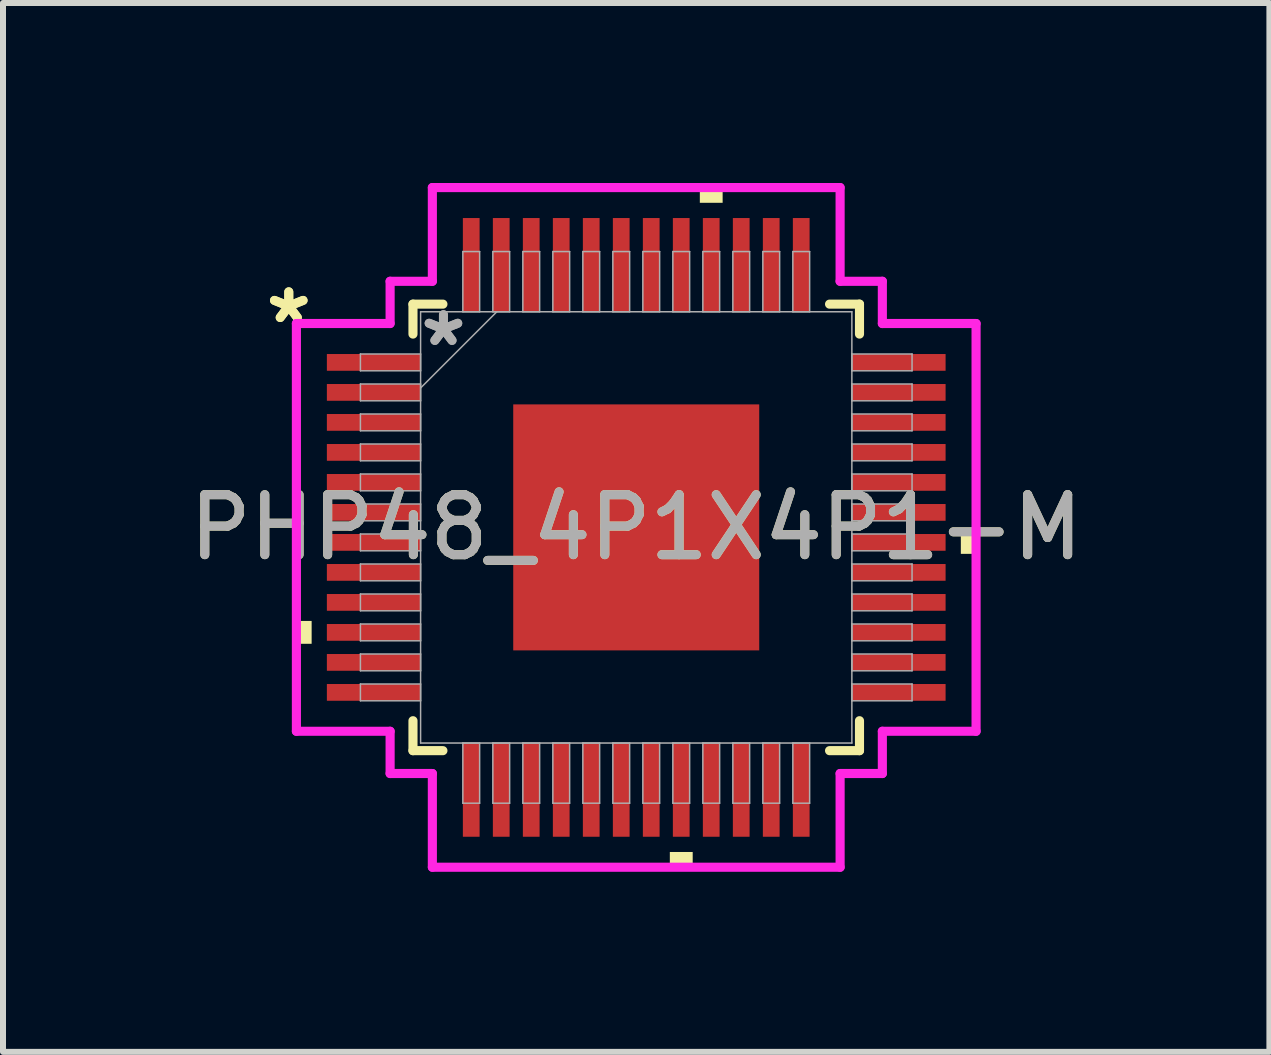
<source format=kicad_pcb>
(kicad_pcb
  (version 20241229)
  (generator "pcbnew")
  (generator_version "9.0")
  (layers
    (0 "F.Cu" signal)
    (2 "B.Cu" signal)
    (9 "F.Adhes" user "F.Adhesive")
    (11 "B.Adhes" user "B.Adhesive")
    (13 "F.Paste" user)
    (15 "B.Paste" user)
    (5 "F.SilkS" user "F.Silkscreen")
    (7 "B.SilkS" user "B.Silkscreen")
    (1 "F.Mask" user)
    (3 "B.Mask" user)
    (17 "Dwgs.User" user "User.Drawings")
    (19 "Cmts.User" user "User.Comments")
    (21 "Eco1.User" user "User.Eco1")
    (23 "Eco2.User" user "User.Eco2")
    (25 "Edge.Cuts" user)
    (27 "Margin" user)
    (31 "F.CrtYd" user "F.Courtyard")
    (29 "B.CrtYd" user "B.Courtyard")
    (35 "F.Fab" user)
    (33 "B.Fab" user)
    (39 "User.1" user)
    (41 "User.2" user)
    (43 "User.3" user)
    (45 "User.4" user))
  (footprint "PHP48_4P1X4P1-M"
    (layer "F.Cu")
    (at 7.554 5.74)
    (property "Reference" "PHP48_4P1X4P1-M" (at 0 0 0) (unlocked yes) (layer "F.SilkS") (effects (font (size 1 1) (thickness 0.15))))
    (attr smd)
    (fp_poly (pts (xy -2.114 -2.114) (xy -1.775 -2.114) (xy -1.775 2.114) (xy -2.114 2.114)) (stroke (width 0) (type solid)) (fill yes) (layer "F.Mask"))
    (fp_poly (pts (xy -2.114 -2.114) (xy 2.114 -2.114) (xy 2.114 -1.775) (xy -2.114 -1.775)) (stroke (width 0) (type solid)) (fill yes) (layer "F.Mask"))
    (fp_poly (pts (xy -2.114 -1.375) (xy 2.114 -1.375) (xy 2.114 -0.987) (xy -2.114 -0.987)) (stroke (width 0) (type solid)) (fill yes) (layer "F.Mask"))
    (fp_poly (pts (xy -2.114 -0.587) (xy 2.114 -0.587) (xy 2.114 -0.2) (xy -2.114 -0.2)) (stroke (width 0) (type solid)) (fill yes) (layer "F.Mask"))
    (fp_poly (pts (xy -2.114 0.2) (xy 2.114 0.2) (xy 2.114 0.587) (xy -2.114 0.587)) (stroke (width 0) (type solid)) (fill yes) (layer "F.Mask"))
    (fp_poly (pts (xy -2.114 0.987) (xy 2.114 0.987) (xy 2.114 1.375) (xy -2.114 1.375)) (stroke (width 0) (type solid)) (fill yes) (layer "F.Mask"))
    (fp_poly (pts (xy -2.114 1.775) (xy 2.114 1.775) (xy 2.114 2.114) (xy -2.114 2.114)) (stroke (width 0) (type solid)) (fill yes) (layer "F.Mask"))
    (fp_poly (pts (xy -0.987 -2.114) (xy -1.375 -2.114) (xy -1.375 2.114) (xy -0.987 2.114)) (stroke (width 0) (type solid)) (fill yes) (layer "F.Mask"))
    (fp_poly (pts (xy -0.2 -2.114) (xy -0.587 -2.114) (xy -0.587 2.114) (xy -0.2 2.114)) (stroke (width 0) (type solid)) (fill yes) (layer "F.Mask"))
    (fp_poly (pts (xy 0.587 -2.114) (xy 0.2 -2.114) (xy 0.2 2.114) (xy 0.587 2.114)) (stroke (width 0) (type solid)) (fill yes) (layer "F.Mask"))
    (fp_poly (pts (xy 1.375 -2.114) (xy 0.987 -2.114) (xy 0.987 2.114) (xy 1.375 2.114)) (stroke (width 0) (type solid)) (fill yes) (layer "F.Mask"))
    (fp_poly (pts (xy 1.775 -2.114) (xy 2.114 -2.114) (xy 2.114 2.114) (xy 1.775 2.114)) (stroke (width 0) (type solid)) (fill yes) (layer "F.Mask"))
    (fp_line (start -3.721 -3.721) (end -3.721 -3.222) (stroke (width 0.152) (type solid)) (layer "F.SilkS"))
    (fp_line (start -3.721 3.222) (end -3.721 3.721) (stroke (width 0.152) (type solid)) (layer "F.SilkS"))
    (fp_line (start -3.721 3.721) (end -3.222 3.721) (stroke (width 0.152) (type solid)) (layer "F.SilkS"))
    (fp_line (start -3.222 -3.721) (end -3.721 -3.721) (stroke (width 0.152) (type solid)) (layer "F.SilkS"))
    (fp_line (start 3.222 3.721) (end 3.721 3.721) (stroke (width 0.152) (type solid)) (layer "F.SilkS"))
    (fp_line (start 3.721 -3.721) (end 3.222 -3.721) (stroke (width 0.152) (type solid)) (layer "F.SilkS"))
    (fp_line (start 3.721 -3.222) (end 3.721 -3.721) (stroke (width 0.152) (type solid)) (layer "F.SilkS"))
    (fp_line (start 3.721 3.721) (end 3.721 3.222) (stroke (width 0.152) (type solid)) (layer "F.SilkS"))
    (fp_poly (pts (xy -5.664 1.559) (xy -5.664 1.94) (xy -5.41 1.94) (xy -5.41 1.559)) (stroke (width 0) (type solid)) (fill yes) (layer "F.SilkS"))
    (fp_poly (pts (xy 0.56 5.41) (xy 0.56 5.664) (xy 0.941 5.664) (xy 0.941 5.41)) (stroke (width 0) (type solid)) (fill yes) (layer "F.SilkS"))
    (fp_poly (pts (xy 1.06 -5.41) (xy 1.06 -5.664) (xy 1.44 -5.664) (xy 1.44 -5.41)) (stroke (width 0) (type solid)) (fill yes) (layer "F.SilkS"))
    (fp_poly (pts (xy 5.664 0.059) (xy 5.664 0.441) (xy 5.41 0.441) (xy 5.41 0.059)) (stroke (width 0) (type solid)) (fill yes) (layer "F.SilkS"))
    (fp_poly (pts (xy -1.975 -1.975) (xy -1.975 -1.675) (xy -1.816 -1.675) (xy -1.675 -1.816) (xy -1.675 -1.975)) (stroke (width 0) (type solid)) (fill yes) (layer "F.Paste"))
    (fp_poly (pts (xy -1.975 1.675) (xy -1.975 1.975) (xy -1.675 1.975) (xy -1.675 1.816) (xy -1.816 1.675)) (stroke (width 0) (type solid)) (fill yes) (layer "F.Paste"))
    (fp_poly (pts (xy 1.675 -1.975) (xy 1.675 -1.816) (xy 1.816 -1.675) (xy 1.975 -1.675) (xy 1.975 -1.975)) (stroke (width 0) (type solid)) (fill yes) (layer "F.Paste"))
    (fp_poly (pts (xy 1.816 1.675) (xy 1.675 1.816) (xy 1.675 1.975) (xy 1.975 1.975) (xy 1.975 1.675)) (stroke (width 0) (type solid)) (fill yes) (layer "F.Paste"))
    (fp_poly (pts (xy -1.975 -1.475) (xy -1.975 -0.887) (xy -1.816 -0.887) (xy -1.675 -1.029) (xy -1.675 -1.333) (xy -1.816 -1.475)) (stroke (width 0) (type solid)) (fill yes) (layer "F.Paste"))
    (fp_poly (pts (xy -1.975 -0.687) (xy -1.975 -0.1) (xy -1.816 -0.1) (xy -1.675 -0.241) (xy -1.675 -0.546) (xy -1.816 -0.687)) (stroke (width 0) (type solid)) (fill yes) (layer "F.Paste"))
    (fp_poly (pts (xy -1.975 0.1) (xy -1.975 0.687) (xy -1.816 0.687) (xy -1.675 0.546) (xy -1.675 0.241) (xy -1.816 0.1)) (stroke (width 0) (type solid)) (fill yes) (layer "F.Paste"))
    (fp_poly (pts (xy -1.975 0.887) (xy -1.975 1.475) (xy -1.816 1.475) (xy -1.675 1.333) (xy -1.675 1.029) (xy -1.816 0.887)) (stroke (width 0) (type solid)) (fill yes) (layer "F.Paste"))
    (fp_poly (pts (xy -1.475 -1.975) (xy -1.475 -1.816) (xy -1.333 -1.675) (xy -1.029 -1.675) (xy -0.887 -1.816) (xy -0.887 -1.975)) (stroke (width 0) (type solid)) (fill yes) (layer "F.Paste"))
    (fp_poly (pts (xy -1.333 1.675) (xy -1.475 1.816) (xy -1.475 1.975) (xy -0.887 1.975) (xy -0.887 1.816) (xy -1.029 1.675)) (stroke (width 0) (type solid)) (fill yes) (layer "F.Paste"))
    (fp_poly (pts (xy -0.687 -1.975) (xy -0.687 -1.816) (xy -0.546 -1.675) (xy -0.241 -1.675) (xy -0.1 -1.816) (xy -0.1 -1.975)) (stroke (width 0) (type solid)) (fill yes) (layer "F.Paste"))
    (fp_poly (pts (xy -0.546 1.675) (xy -0.687 1.816) (xy -0.687 1.975) (xy -0.1 1.975) (xy -0.1 1.816) (xy -0.241 1.675)) (stroke (width 0) (type solid)) (fill yes) (layer "F.Paste"))
    (fp_poly (pts (xy 0.1 -1.975) (xy 0.1 -1.816) (xy 0.241 -1.675) (xy 0.546 -1.675) (xy 0.687 -1.816) (xy 0.687 -1.975)) (stroke (width 0) (type solid)) (fill yes) (layer "F.Paste"))
    (fp_poly (pts (xy 0.241 1.675) (xy 0.1 1.816) (xy 0.1 1.975) (xy 0.687 1.975) (xy 0.687 1.816) (xy 0.546 1.675)) (stroke (width 0) (type solid)) (fill yes) (layer "F.Paste"))
    (fp_poly (pts (xy 0.887 -1.975) (xy 0.887 -1.816) (xy 1.029 -1.675) (xy 1.333 -1.675) (xy 1.475 -1.816) (xy 1.475 -1.975)) (stroke (width 0) (type solid)) (fill yes) (layer "F.Paste"))
    (fp_poly (pts (xy 1.029 1.675) (xy 0.887 1.816) (xy 0.887 1.975) (xy 1.475 1.975) (xy 1.475 1.816) (xy 1.333 1.675)) (stroke (width 0) (type solid)) (fill yes) (layer "F.Paste"))
    (fp_poly (pts (xy 1.816 -1.475) (xy 1.675 -1.333) (xy 1.675 -1.029) (xy 1.816 -0.887) (xy 1.975 -0.887) (xy 1.975 -1.475)) (stroke (width 0) (type solid)) (fill yes) (layer "F.Paste"))
    (fp_poly (pts (xy 1.816 -0.687) (xy 1.675 -0.546) (xy 1.675 -0.241) (xy 1.816 -0.1) (xy 1.975 -0.1) (xy 1.975 -0.687)) (stroke (width 0) (type solid)) (fill yes) (layer "F.Paste"))
    (fp_poly (pts (xy 1.816 0.1) (xy 1.675 0.241) (xy 1.675 0.546) (xy 1.816 0.687) (xy 1.975 0.687) (xy 1.975 0.1)) (stroke (width 0) (type solid)) (fill yes) (layer "F.Paste"))
    (fp_poly (pts (xy 1.816 0.887) (xy 1.675 1.029) (xy 1.675 1.333) (xy 1.816 1.475) (xy 1.975 1.475) (xy 1.975 0.887)) (stroke (width 0) (type solid)) (fill yes) (layer "F.Paste"))
    (fp_poly (pts (xy -1.333 -1.475) (xy -1.475 -1.333) (xy -1.475 -1.029) (xy -1.333 -0.887) (xy -1.029 -0.887) (xy -0.887 -1.029) (xy -0.887 -1.333) (xy -1.029 -1.475)) (stroke (width 0) (type solid)) (fill yes) (layer "F.Paste"))
    (fp_poly (pts (xy -1.333 -0.687) (xy -1.475 -0.546) (xy -1.475 -0.241) (xy -1.333 -0.1) (xy -1.029 -0.1) (xy -0.887 -0.241) (xy -0.887 -0.546) (xy -1.029 -0.687)) (stroke (width 0) (type solid)) (fill yes) (layer "F.Paste"))
    (fp_poly (pts (xy -1.333 0.1) (xy -1.475 0.241) (xy -1.475 0.546) (xy -1.333 0.687) (xy -1.029 0.687) (xy -0.887 0.546) (xy -0.887 0.241) (xy -1.029 0.1)) (stroke (width 0) (type solid)) (fill yes) (layer "F.Paste"))
    (fp_poly (pts (xy -1.333 0.887) (xy -1.475 1.029) (xy -1.475 1.333) (xy -1.333 1.475) (xy -1.029 1.475) (xy -0.887 1.333) (xy -0.887 1.029) (xy -1.029 0.887)) (stroke (width 0) (type solid)) (fill yes) (layer "F.Paste"))
    (fp_poly (pts (xy -0.546 -1.475) (xy -0.687 -1.333) (xy -0.687 -1.029) (xy -0.546 -0.887) (xy -0.241 -0.887) (xy -0.1 -1.029) (xy -0.1 -1.333) (xy -0.241 -1.475)) (stroke (width 0) (type solid)) (fill yes) (layer "F.Paste"))
    (fp_poly (pts (xy -0.546 -0.687) (xy -0.687 -0.546) (xy -0.687 -0.241) (xy -0.546 -0.1) (xy -0.241 -0.1) (xy -0.1 -0.241) (xy -0.1 -0.546) (xy -0.241 -0.687)) (stroke (width 0) (type solid)) (fill yes) (layer "F.Paste"))
    (fp_poly (pts (xy -0.546 0.1) (xy -0.687 0.241) (xy -0.687 0.546) (xy -0.546 0.687) (xy -0.241 0.687) (xy -0.1 0.546) (xy -0.1 0.241) (xy -0.241 0.1)) (stroke (width 0) (type solid)) (fill yes) (layer "F.Paste"))
    (fp_poly (pts (xy -0.546 0.887) (xy -0.687 1.029) (xy -0.687 1.333) (xy -0.546 1.475) (xy -0.241 1.475) (xy -0.1 1.333) (xy -0.1 1.029) (xy -0.241 0.887)) (stroke (width 0) (type solid)) (fill yes) (layer "F.Paste"))
    (fp_poly (pts (xy 0.241 -1.475) (xy 0.1 -1.333) (xy 0.1 -1.029) (xy 0.241 -0.887) (xy 0.546 -0.887) (xy 0.687 -1.029) (xy 0.687 -1.333) (xy 0.546 -1.475)) (stroke (width 0) (type solid)) (fill yes) (layer "F.Paste"))
    (fp_poly (pts (xy 0.241 -0.687) (xy 0.1 -0.546) (xy 0.1 -0.241) (xy 0.241 -0.1) (xy 0.546 -0.1) (xy 0.687 -0.241) (xy 0.687 -0.546) (xy 0.546 -0.687)) (stroke (width 0) (type solid)) (fill yes) (layer "F.Paste"))
    (fp_poly (pts (xy 0.241 0.1) (xy 0.1 0.241) (xy 0.1 0.546) (xy 0.241 0.687) (xy 0.546 0.687) (xy 0.687 0.546) (xy 0.687 0.241) (xy 0.546 0.1)) (stroke (width 0) (type solid)) (fill yes) (layer "F.Paste"))
    (fp_poly (pts (xy 0.241 0.887) (xy 0.1 1.029) (xy 0.1 1.333) (xy 0.241 1.475) (xy 0.546 1.475) (xy 0.687 1.333) (xy 0.687 1.029) (xy 0.546 0.887)) (stroke (width 0) (type solid)) (fill yes) (layer "F.Paste"))
    (fp_poly (pts (xy 1.029 -1.475) (xy 0.887 -1.333) (xy 0.887 -1.029) (xy 1.029 -0.887) (xy 1.333 -0.887) (xy 1.475 -1.029) (xy 1.475 -1.333) (xy 1.333 -1.475)) (stroke (width 0) (type solid)) (fill yes) (layer "F.Paste"))
    (fp_poly (pts (xy 1.029 -0.687) (xy 0.887 -0.546) (xy 0.887 -0.241) (xy 1.029 -0.1) (xy 1.333 -0.1) (xy 1.475 -0.241) (xy 1.475 -0.546) (xy 1.333 -0.687)) (stroke (width 0) (type solid)) (fill yes) (layer "F.Paste"))
    (fp_poly (pts (xy 1.029 0.1) (xy 0.887 0.241) (xy 0.887 0.546) (xy 1.029 0.687) (xy 1.333 0.687) (xy 1.475 0.546) (xy 1.475 0.241) (xy 1.333 0.1)) (stroke (width 0) (type solid)) (fill yes) (layer "F.Paste"))
    (fp_poly (pts (xy 1.029 0.887) (xy 0.887 1.029) (xy 0.887 1.333) (xy 1.029 1.475) (xy 1.333 1.475) (xy 1.475 1.333) (xy 1.475 1.029) (xy 1.333 0.887)) (stroke (width 0) (type solid)) (fill yes) (layer "F.Paste"))
    (fp_line (start -5.664 -3.398) (end -4.102 -3.398) (stroke (width 0.152) (type solid)) (layer "F.CrtYd"))
    (fp_line (start -5.664 3.398) (end -5.664 -3.398) (stroke (width 0.152) (type solid)) (layer "F.CrtYd"))
    (fp_line (start -4.102 -4.102) (end -3.398 -4.102) (stroke (width 0.152) (type solid)) (layer "F.CrtYd"))
    (fp_line (start -4.102 -3.398) (end -4.102 -4.102) (stroke (width 0.152) (type solid)) (layer "F.CrtYd"))
    (fp_line (start -4.102 3.398) (end -5.664 3.398) (stroke (width 0.152) (type solid)) (layer "F.CrtYd"))
    (fp_line (start -4.102 4.102) (end -4.102 3.398) (stroke (width 0.152) (type solid)) (layer "F.CrtYd"))
    (fp_line (start -4.102 4.102) (end -3.398 4.102) (stroke (width 0.152) (type solid)) (layer "F.CrtYd"))
    (fp_line (start -3.398 -5.664) (end 3.398 -5.664) (stroke (width 0.152) (type solid)) (layer "F.CrtYd"))
    (fp_line (start -3.398 -4.102) (end -3.398 -5.664) (stroke (width 0.152) (type solid)) (layer "F.CrtYd"))
    (fp_line (start -3.398 4.102) (end -3.398 5.664) (stroke (width 0.152) (type solid)) (layer "F.CrtYd"))
    (fp_line (start -3.398 5.664) (end 3.398 5.664) (stroke (width 0.152) (type solid)) (layer "F.CrtYd"))
    (fp_line (start 3.398 -5.664) (end 3.398 -4.102) (stroke (width 0.152) (type solid)) (layer "F.CrtYd"))
    (fp_line (start 3.398 -4.102) (end 4.102 -4.102) (stroke (width 0.152) (type solid)) (layer "F.CrtYd"))
    (fp_line (start 3.398 4.102) (end 4.102 4.102) (stroke (width 0.152) (type solid)) (layer "F.CrtYd"))
    (fp_line (start 3.398 5.664) (end 3.398 4.102) (stroke (width 0.152) (type solid)) (layer "F.CrtYd"))
    (fp_line (start 4.102 -3.398) (end 4.102 -4.102) (stroke (width 0.152) (type solid)) (layer "F.CrtYd"))
    (fp_line (start 4.102 3.398) (end 5.664 3.398) (stroke (width 0.152) (type solid)) (layer "F.CrtYd"))
    (fp_line (start 4.102 4.102) (end 4.102 3.398) (stroke (width 0.152) (type solid)) (layer "F.CrtYd"))
    (fp_line (start 5.664 -3.398) (end 4.102 -3.398) (stroke (width 0.152) (type solid)) (layer "F.CrtYd"))
    (fp_line (start 5.664 3.398) (end 5.664 -3.398) (stroke (width 0.152) (type solid)) (layer "F.CrtYd"))
    (fp_line (start -4.597 -2.89) (end -4.597 -2.61) (stroke (width 0.025) (type solid)) (layer "F.Fab"))
    (fp_line (start -4.597 -2.61) (end -3.594 -2.61) (stroke (width 0.025) (type solid)) (layer "F.Fab"))
    (fp_line (start -4.597 -2.39) (end -4.597 -2.11) (stroke (width 0.025) (type solid)) (layer "F.Fab"))
    (fp_line (start -4.597 -2.11) (end -3.594 -2.11) (stroke (width 0.025) (type solid)) (layer "F.Fab"))
    (fp_line (start -4.597 -1.89) (end -4.597 -1.61) (stroke (width 0.025) (type solid)) (layer "F.Fab"))
    (fp_line (start -4.597 -1.61) (end -3.594 -1.61) (stroke (width 0.025) (type solid)) (layer "F.Fab"))
    (fp_line (start -4.597 -1.39) (end -4.597 -1.11) (stroke (width 0.025) (type solid)) (layer "F.Fab"))
    (fp_line (start -4.597 -1.11) (end -3.594 -1.11) (stroke (width 0.025) (type solid)) (layer "F.Fab"))
    (fp_line (start -4.597 -0.89) (end -4.597 -0.61) (stroke (width 0.025) (type solid)) (layer "F.Fab"))
    (fp_line (start -4.597 -0.61) (end -3.594 -0.61) (stroke (width 0.025) (type solid)) (layer "F.Fab"))
    (fp_line (start -4.597 -0.39) (end -4.597 -0.11) (stroke (width 0.025) (type solid)) (layer "F.Fab"))
    (fp_line (start -4.597 -0.11) (end -3.594 -0.11) (stroke (width 0.025) (type solid)) (layer "F.Fab"))
    (fp_line (start -4.597 0.11) (end -4.597 0.39) (stroke (width 0.025) (type solid)) (layer "F.Fab"))
    (fp_line (start -4.597 0.39) (end -3.594 0.39) (stroke (width 0.025) (type solid)) (layer "F.Fab"))
    (fp_line (start -4.597 0.61) (end -4.597 0.89) (stroke (width 0.025) (type solid)) (layer "F.Fab"))
    (fp_line (start -4.597 0.89) (end -3.594 0.89) (stroke (width 0.025) (type solid)) (layer "F.Fab"))
    (fp_line (start -4.597 1.11) (end -4.597 1.39) (stroke (width 0.025) (type solid)) (layer "F.Fab"))
    (fp_line (start -4.597 1.39) (end -3.594 1.39) (stroke (width 0.025) (type solid)) (layer "F.Fab"))
    (fp_line (start -4.597 1.61) (end -4.597 1.89) (stroke (width 0.025) (type solid)) (layer "F.Fab"))
    (fp_line (start -4.597 1.89) (end -3.594 1.89) (stroke (width 0.025) (type solid)) (layer "F.Fab"))
    (fp_line (start -4.597 2.11) (end -4.597 2.39) (stroke (width 0.025) (type solid)) (layer "F.Fab"))
    (fp_line (start -4.597 2.39) (end -3.594 2.39) (stroke (width 0.025) (type solid)) (layer "F.Fab"))
    (fp_line (start -4.597 2.61) (end -4.597 2.89) (stroke (width 0.025) (type solid)) (layer "F.Fab"))
    (fp_line (start -4.597 2.89) (end -3.594 2.89) (stroke (width 0.025) (type solid)) (layer "F.Fab"))
    (fp_line (start -3.594 -3.594) (end -3.594 3.594) (stroke (width 0.025) (type solid)) (layer "F.Fab"))
    (fp_line (start -3.594 -2.89) (end -4.597 -2.89) (stroke (width 0.025) (type solid)) (layer "F.Fab"))
    (fp_line (start -3.594 -2.61) (end -3.594 -2.89) (stroke (width 0.025) (type solid)) (layer "F.Fab"))
    (fp_line (start -3.594 -2.39) (end -4.597 -2.39) (stroke (width 0.025) (type solid)) (layer "F.Fab"))
    (fp_line (start -3.594 -2.324) (end -2.324 -3.594) (stroke (width 0.025) (type solid)) (layer "F.Fab"))
    (fp_line (start -3.594 -2.11) (end -3.594 -2.39) (stroke (width 0.025) (type solid)) (layer "F.Fab"))
    (fp_line (start -3.594 -1.89) (end -4.597 -1.89) (stroke (width 0.025) (type solid)) (layer "F.Fab"))
    (fp_line (start -3.594 -1.61) (end -3.594 -1.89) (stroke (width 0.025) (type solid)) (layer "F.Fab"))
    (fp_line (start -3.594 -1.39) (end -4.597 -1.39) (stroke (width 0.025) (type solid)) (layer "F.Fab"))
    (fp_line (start -3.594 -1.11) (end -3.594 -1.39) (stroke (width 0.025) (type solid)) (layer "F.Fab"))
    (fp_line (start -3.594 -0.89) (end -4.597 -0.89) (stroke (width 0.025) (type solid)) (layer "F.Fab"))
    (fp_line (start -3.594 -0.61) (end -3.594 -0.89) (stroke (width 0.025) (type solid)) (layer "F.Fab"))
    (fp_line (start -3.594 -0.39) (end -4.597 -0.39) (stroke (width 0.025) (type solid)) (layer "F.Fab"))
    (fp_line (start -3.594 -0.11) (end -3.594 -0.39) (stroke (width 0.025) (type solid)) (layer "F.Fab"))
    (fp_line (start -3.594 0.11) (end -4.597 0.11) (stroke (width 0.025) (type solid)) (layer "F.Fab"))
    (fp_line (start -3.594 0.39) (end -3.594 0.11) (stroke (width 0.025) (type solid)) (layer "F.Fab"))
    (fp_line (start -3.594 0.61) (end -4.597 0.61) (stroke (width 0.025) (type solid)) (layer "F.Fab"))
    (fp_line (start -3.594 0.89) (end -3.594 0.61) (stroke (width 0.025) (type solid)) (layer "F.Fab"))
    (fp_line (start -3.594 1.11) (end -4.597 1.11) (stroke (width 0.025) (type solid)) (layer "F.Fab"))
    (fp_line (start -3.594 1.39) (end -3.594 1.11) (stroke (width 0.025) (type solid)) (layer "F.Fab"))
    (fp_line (start -3.594 1.61) (end -4.597 1.61) (stroke (width 0.025) (type solid)) (layer "F.Fab"))
    (fp_line (start -3.594 1.89) (end -3.594 1.61) (stroke (width 0.025) (type solid)) (layer "F.Fab"))
    (fp_line (start -3.594 2.11) (end -4.597 2.11) (stroke (width 0.025) (type solid)) (layer "F.Fab"))
    (fp_line (start -3.594 2.39) (end -3.594 2.11) (stroke (width 0.025) (type solid)) (layer "F.Fab"))
    (fp_line (start -3.594 2.61) (end -4.597 2.61) (stroke (width 0.025) (type solid)) (layer "F.Fab"))
    (fp_line (start -3.594 2.89) (end -3.594 2.61) (stroke (width 0.025) (type solid)) (layer "F.Fab"))
    (fp_line (start -3.594 3.594) (end 3.594 3.594) (stroke (width 0.025) (type solid)) (layer "F.Fab"))
    (fp_line (start -2.89 -4.597) (end -2.89 -3.594) (stroke (width 0.025) (type solid)) (layer "F.Fab"))
    (fp_line (start -2.89 -3.594) (end -2.61 -3.594) (stroke (width 0.025) (type solid)) (layer "F.Fab"))
    (fp_line (start -2.89 3.594) (end -2.89 4.597) (stroke (width 0.025) (type solid)) (layer "F.Fab"))
    (fp_line (start -2.89 4.597) (end -2.61 4.597) (stroke (width 0.025) (type solid)) (layer "F.Fab"))
    (fp_line (start -2.61 -4.597) (end -2.89 -4.597) (stroke (width 0.025) (type solid)) (layer "F.Fab"))
    (fp_line (start -2.61 -3.594) (end -2.61 -4.597) (stroke (width 0.025) (type solid)) (layer "F.Fab"))
    (fp_line (start -2.61 3.594) (end -2.89 3.594) (stroke (width 0.025) (type solid)) (layer "F.Fab"))
    (fp_line (start -2.61 4.597) (end -2.61 3.594) (stroke (width 0.025) (type solid)) (layer "F.Fab"))
    (fp_line (start -2.39 -4.597) (end -2.39 -3.594) (stroke (width 0.025) (type solid)) (layer "F.Fab"))
    (fp_line (start -2.39 -3.594) (end -2.11 -3.594) (stroke (width 0.025) (type solid)) (layer "F.Fab"))
    (fp_line (start -2.39 3.594) (end -2.39 4.597) (stroke (width 0.025) (type solid)) (layer "F.Fab"))
    (fp_line (start -2.39 4.597) (end -2.11 4.597) (stroke (width 0.025) (type solid)) (layer "F.Fab"))
    (fp_line (start -2.11 -4.597) (end -2.39 -4.597) (stroke (width 0.025) (type solid)) (layer "F.Fab"))
    (fp_line (start -2.11 -3.594) (end -2.11 -4.597) (stroke (width 0.025) (type solid)) (layer "F.Fab"))
    (fp_line (start -2.11 3.594) (end -2.39 3.594) (stroke (width 0.025) (type solid)) (layer "F.Fab"))
    (fp_line (start -2.11 4.597) (end -2.11 3.594) (stroke (width 0.025) (type solid)) (layer "F.Fab"))
    (fp_line (start -1.89 -4.597) (end -1.89 -3.594) (stroke (width 0.025) (type solid)) (layer "F.Fab"))
    (fp_line (start -1.89 -3.594) (end -1.61 -3.594) (stroke (width 0.025) (type solid)) (layer "F.Fab"))
    (fp_line (start -1.89 3.594) (end -1.89 4.597) (stroke (width 0.025) (type solid)) (layer "F.Fab"))
    (fp_line (start -1.89 4.597) (end -1.61 4.597) (stroke (width 0.025) (type solid)) (layer "F.Fab"))
    (fp_line (start -1.61 -4.597) (end -1.89 -4.597) (stroke (width 0.025) (type solid)) (layer "F.Fab"))
    (fp_line (start -1.61 -3.594) (end -1.61 -4.597) (stroke (width 0.025) (type solid)) (layer "F.Fab"))
    (fp_line (start -1.61 3.594) (end -1.89 3.594) (stroke (width 0.025) (type solid)) (layer "F.Fab"))
    (fp_line (start -1.61 4.597) (end -1.61 3.594) (stroke (width 0.025) (type solid)) (layer "F.Fab"))
    (fp_line (start -1.39 -4.597) (end -1.39 -3.594) (stroke (width 0.025) (type solid)) (layer "F.Fab"))
    (fp_line (start -1.39 -3.594) (end -1.11 -3.594) (stroke (width 0.025) (type solid)) (layer "F.Fab"))
    (fp_line (start -1.39 3.594) (end -1.39 4.597) (stroke (width 0.025) (type solid)) (layer "F.Fab"))
    (fp_line (start -1.39 4.597) (end -1.11 4.597) (stroke (width 0.025) (type solid)) (layer "F.Fab"))
    (fp_line (start -1.11 -4.597) (end -1.39 -4.597) (stroke (width 0.025) (type solid)) (layer "F.Fab"))
    (fp_line (start -1.11 -3.594) (end -1.11 -4.597) (stroke (width 0.025) (type solid)) (layer "F.Fab"))
    (fp_line (start -1.11 3.594) (end -1.39 3.594) (stroke (width 0.025) (type solid)) (layer "F.Fab"))
    (fp_line (start -1.11 4.597) (end -1.11 3.594) (stroke (width 0.025) (type solid)) (layer "F.Fab"))
    (fp_line (start -0.89 -4.597) (end -0.89 -3.594) (stroke (width 0.025) (type solid)) (layer "F.Fab"))
    (fp_line (start -0.89 -3.594) (end -0.61 -3.594) (stroke (width 0.025) (type solid)) (layer "F.Fab"))
    (fp_line (start -0.89 3.594) (end -0.89 4.597) (stroke (width 0.025) (type solid)) (layer "F.Fab"))
    (fp_line (start -0.89 4.597) (end -0.61 4.597) (stroke (width 0.025) (type solid)) (layer "F.Fab"))
    (fp_line (start -0.61 -4.597) (end -0.89 -4.597) (stroke (width 0.025) (type solid)) (layer "F.Fab"))
    (fp_line (start -0.61 -3.594) (end -0.61 -4.597) (stroke (width 0.025) (type solid)) (layer "F.Fab"))
    (fp_line (start -0.61 3.594) (end -0.89 3.594) (stroke (width 0.025) (type solid)) (layer "F.Fab"))
    (fp_line (start -0.61 4.597) (end -0.61 3.594) (stroke (width 0.025) (type solid)) (layer "F.Fab"))
    (fp_line (start -0.39 -4.597) (end -0.39 -3.594) (stroke (width 0.025) (type solid)) (layer "F.Fab"))
    (fp_line (start -0.39 -3.594) (end -0.11 -3.594) (stroke (width 0.025) (type solid)) (layer "F.Fab"))
    (fp_line (start -0.39 3.594) (end -0.39 4.597) (stroke (width 0.025) (type solid)) (layer "F.Fab"))
    (fp_line (start -0.39 4.597) (end -0.11 4.597) (stroke (width 0.025) (type solid)) (layer "F.Fab"))
    (fp_line (start -0.11 -4.597) (end -0.39 -4.597) (stroke (width 0.025) (type solid)) (layer "F.Fab"))
    (fp_line (start -0.11 -3.594) (end -0.11 -4.597) (stroke (width 0.025) (type solid)) (layer "F.Fab"))
    (fp_line (start -0.11 3.594) (end -0.39 3.594) (stroke (width 0.025) (type solid)) (layer "F.Fab"))
    (fp_line (start -0.11 4.597) (end -0.11 3.594) (stroke (width 0.025) (type solid)) (layer "F.Fab"))
    (fp_line (start 0.11 -4.597) (end 0.11 -3.594) (stroke (width 0.025) (type solid)) (layer "F.Fab"))
    (fp_line (start 0.11 -3.594) (end 0.39 -3.594) (stroke (width 0.025) (type solid)) (layer "F.Fab"))
    (fp_line (start 0.11 3.594) (end 0.11 4.597) (stroke (width 0.025) (type solid)) (layer "F.Fab"))
    (fp_line (start 0.11 4.597) (end 0.39 4.597) (stroke (width 0.025) (type solid)) (layer "F.Fab"))
    (fp_line (start 0.39 -4.597) (end 0.11 -4.597) (stroke (width 0.025) (type solid)) (layer "F.Fab"))
    (fp_line (start 0.39 -3.594) (end 0.39 -4.597) (stroke (width 0.025) (type solid)) (layer "F.Fab"))
    (fp_line (start 0.39 3.594) (end 0.11 3.594) (stroke (width 0.025) (type solid)) (layer "F.Fab"))
    (fp_line (start 0.39 4.597) (end 0.39 3.594) (stroke (width 0.025) (type solid)) (layer "F.Fab"))
    (fp_line (start 0.61 -4.597) (end 0.61 -3.594) (stroke (width 0.025) (type solid)) (layer "F.Fab"))
    (fp_line (start 0.61 -3.594) (end 0.89 -3.594) (stroke (width 0.025) (type solid)) (layer "F.Fab"))
    (fp_line (start 0.61 3.594) (end 0.61 4.597) (stroke (width 0.025) (type solid)) (layer "F.Fab"))
    (fp_line (start 0.61 4.597) (end 0.89 4.597) (stroke (width 0.025) (type solid)) (layer "F.Fab"))
    (fp_line (start 0.89 -4.597) (end 0.61 -4.597) (stroke (width 0.025) (type solid)) (layer "F.Fab"))
    (fp_line (start 0.89 -3.594) (end 0.89 -4.597) (stroke (width 0.025) (type solid)) (layer "F.Fab"))
    (fp_line (start 0.89 3.594) (end 0.61 3.594) (stroke (width 0.025) (type solid)) (layer "F.Fab"))
    (fp_line (start 0.89 4.597) (end 0.89 3.594) (stroke (width 0.025) (type solid)) (layer "F.Fab"))
    (fp_line (start 1.11 -4.597) (end 1.11 -3.594) (stroke (width 0.025) (type solid)) (layer "F.Fab"))
    (fp_line (start 1.11 -3.594) (end 1.39 -3.594) (stroke (width 0.025) (type solid)) (layer "F.Fab"))
    (fp_line (start 1.11 3.594) (end 1.11 4.597) (stroke (width 0.025) (type solid)) (layer "F.Fab"))
    (fp_line (start 1.11 4.597) (end 1.39 4.597) (stroke (width 0.025) (type solid)) (layer "F.Fab"))
    (fp_line (start 1.39 -4.597) (end 1.11 -4.597) (stroke (width 0.025) (type solid)) (layer "F.Fab"))
    (fp_line (start 1.39 -3.594) (end 1.39 -4.597) (stroke (width 0.025) (type solid)) (layer "F.Fab"))
    (fp_line (start 1.39 3.594) (end 1.11 3.594) (stroke (width 0.025) (type solid)) (layer "F.Fab"))
    (fp_line (start 1.39 4.597) (end 1.39 3.594) (stroke (width 0.025) (type solid)) (layer "F.Fab"))
    (fp_line (start 1.61 -4.597) (end 1.61 -3.594) (stroke (width 0.025) (type solid)) (layer "F.Fab"))
    (fp_line (start 1.61 -3.594) (end 1.89 -3.594) (stroke (width 0.025) (type solid)) (layer "F.Fab"))
    (fp_line (start 1.61 3.594) (end 1.61 4.597) (stroke (width 0.025) (type solid)) (layer "F.Fab"))
    (fp_line (start 1.61 4.597) (end 1.89 4.597) (stroke (width 0.025) (type solid)) (layer "F.Fab"))
    (fp_line (start 1.89 -4.597) (end 1.61 -4.597) (stroke (width 0.025) (type solid)) (layer "F.Fab"))
    (fp_line (start 1.89 -3.594) (end 1.89 -4.597) (stroke (width 0.025) (type solid)) (layer "F.Fab"))
    (fp_line (start 1.89 3.594) (end 1.61 3.594) (stroke (width 0.025) (type solid)) (layer "F.Fab"))
    (fp_line (start 1.89 4.597) (end 1.89 3.594) (stroke (width 0.025) (type solid)) (layer "F.Fab"))
    (fp_line (start 2.11 -4.597) (end 2.11 -3.594) (stroke (width 0.025) (type solid)) (layer "F.Fab"))
    (fp_line (start 2.11 -3.594) (end 2.39 -3.594) (stroke (width 0.025) (type solid)) (layer "F.Fab"))
    (fp_line (start 2.11 3.594) (end 2.11 4.597) (stroke (width 0.025) (type solid)) (layer "F.Fab"))
    (fp_line (start 2.11 4.597) (end 2.39 4.597) (stroke (width 0.025) (type solid)) (layer "F.Fab"))
    (fp_line (start 2.39 -4.597) (end 2.11 -4.597) (stroke (width 0.025) (type solid)) (layer "F.Fab"))
    (fp_line (start 2.39 -3.594) (end 2.39 -4.597) (stroke (width 0.025) (type solid)) (layer "F.Fab"))
    (fp_line (start 2.39 3.594) (end 2.11 3.594) (stroke (width 0.025) (type solid)) (layer "F.Fab"))
    (fp_line (start 2.39 4.597) (end 2.39 3.594) (stroke (width 0.025) (type solid)) (layer "F.Fab"))
    (fp_line (start 2.61 -4.597) (end 2.61 -3.594) (stroke (width 0.025) (type solid)) (layer "F.Fab"))
    (fp_line (start 2.61 -3.594) (end 2.89 -3.594) (stroke (width 0.025) (type solid)) (layer "F.Fab"))
    (fp_line (start 2.61 3.594) (end 2.61 4.597) (stroke (width 0.025) (type solid)) (layer "F.Fab"))
    (fp_line (start 2.61 4.597) (end 2.89 4.597) (stroke (width 0.025) (type solid)) (layer "F.Fab"))
    (fp_line (start 2.89 -4.597) (end 2.61 -4.597) (stroke (width 0.025) (type solid)) (layer "F.Fab"))
    (fp_line (start 2.89 -3.594) (end 2.89 -4.597) (stroke (width 0.025) (type solid)) (layer "F.Fab"))
    (fp_line (start 2.89 3.594) (end 2.61 3.594) (stroke (width 0.025) (type solid)) (layer "F.Fab"))
    (fp_line (start 2.89 4.597) (end 2.89 3.594) (stroke (width 0.025) (type solid)) (layer "F.Fab"))
    (fp_line (start 3.594 -3.594) (end -3.594 -3.594) (stroke (width 0.025) (type solid)) (layer "F.Fab"))
    (fp_line (start 3.594 -2.89) (end 3.594 -2.61) (stroke (width 0.025) (type solid)) (layer "F.Fab"))
    (fp_line (start 3.594 -2.61) (end 4.597 -2.61) (stroke (width 0.025) (type solid)) (layer "F.Fab"))
    (fp_line (start 3.594 -2.39) (end 3.594 -2.11) (stroke (width 0.025) (type solid)) (layer "F.Fab"))
    (fp_line (start 3.594 -2.11) (end 4.597 -2.11) (stroke (width 0.025) (type solid)) (layer "F.Fab"))
    (fp_line (start 3.594 -1.89) (end 3.594 -1.61) (stroke (width 0.025) (type solid)) (layer "F.Fab"))
    (fp_line (start 3.594 -1.61) (end 4.597 -1.61) (stroke (width 0.025) (type solid)) (layer "F.Fab"))
    (fp_line (start 3.594 -1.39) (end 3.594 -1.11) (stroke (width 0.025) (type solid)) (layer "F.Fab"))
    (fp_line (start 3.594 -1.11) (end 4.597 -1.11) (stroke (width 0.025) (type solid)) (layer "F.Fab"))
    (fp_line (start 3.594 -0.89) (end 3.594 -0.61) (stroke (width 0.025) (type solid)) (layer "F.Fab"))
    (fp_line (start 3.594 -0.61) (end 4.597 -0.61) (stroke (width 0.025) (type solid)) (layer "F.Fab"))
    (fp_line (start 3.594 -0.39) (end 3.594 -0.11) (stroke (width 0.025) (type solid)) (layer "F.Fab"))
    (fp_line (start 3.594 -0.11) (end 4.597 -0.11) (stroke (width 0.025) (type solid)) (layer "F.Fab"))
    (fp_line (start 3.594 0.11) (end 3.594 0.39) (stroke (width 0.025) (type solid)) (layer "F.Fab"))
    (fp_line (start 3.594 0.39) (end 4.597 0.39) (stroke (width 0.025) (type solid)) (layer "F.Fab"))
    (fp_line (start 3.594 0.61) (end 3.594 0.89) (stroke (width 0.025) (type solid)) (layer "F.Fab"))
    (fp_line (start 3.594 0.89) (end 4.597 0.89) (stroke (width 0.025) (type solid)) (layer "F.Fab"))
    (fp_line (start 3.594 1.11) (end 3.594 1.39) (stroke (width 0.025) (type solid)) (layer "F.Fab"))
    (fp_line (start 3.594 1.39) (end 4.597 1.39) (stroke (width 0.025) (type solid)) (layer "F.Fab"))
    (fp_line (start 3.594 1.61) (end 3.594 1.89) (stroke (width 0.025) (type solid)) (layer "F.Fab"))
    (fp_line (start 3.594 1.89) (end 4.597 1.89) (stroke (width 0.025) (type solid)) (layer "F.Fab"))
    (fp_line (start 3.594 2.11) (end 3.594 2.39) (stroke (width 0.025) (type solid)) (layer "F.Fab"))
    (fp_line (start 3.594 2.39) (end 4.597 2.39) (stroke (width 0.025) (type solid)) (layer "F.Fab"))
    (fp_line (start 3.594 2.61) (end 3.594 2.89) (stroke (width 0.025) (type solid)) (layer "F.Fab"))
    (fp_line (start 3.594 2.89) (end 4.597 2.89) (stroke (width 0.025) (type solid)) (layer "F.Fab"))
    (fp_line (start 3.594 3.594) (end 3.594 -3.594) (stroke (width 0.025) (type solid)) (layer "F.Fab"))
    (fp_line (start 4.597 -2.89) (end 3.594 -2.89) (stroke (width 0.025) (type solid)) (layer "F.Fab"))
    (fp_line (start 4.597 -2.61) (end 4.597 -2.89) (stroke (width 0.025) (type solid)) (layer "F.Fab"))
    (fp_line (start 4.597 -2.39) (end 3.594 -2.39) (stroke (width 0.025) (type solid)) (layer "F.Fab"))
    (fp_line (start 4.597 -2.11) (end 4.597 -2.39) (stroke (width 0.025) (type solid)) (layer "F.Fab"))
    (fp_line (start 4.597 -1.89) (end 3.594 -1.89) (stroke (width 0.025) (type solid)) (layer "F.Fab"))
    (fp_line (start 4.597 -1.61) (end 4.597 -1.89) (stroke (width 0.025) (type solid)) (layer "F.Fab"))
    (fp_line (start 4.597 -1.39) (end 3.594 -1.39) (stroke (width 0.025) (type solid)) (layer "F.Fab"))
    (fp_line (start 4.597 -1.11) (end 4.597 -1.39) (stroke (width 0.025) (type solid)) (layer "F.Fab"))
    (fp_line (start 4.597 -0.89) (end 3.594 -0.89) (stroke (width 0.025) (type solid)) (layer "F.Fab"))
    (fp_line (start 4.597 -0.61) (end 4.597 -0.89) (stroke (width 0.025) (type solid)) (layer "F.Fab"))
    (fp_line (start 4.597 -0.39) (end 3.594 -0.39) (stroke (width 0.025) (type solid)) (layer "F.Fab"))
    (fp_line (start 4.597 -0.11) (end 4.597 -0.39) (stroke (width 0.025) (type solid)) (layer "F.Fab"))
    (fp_line (start 4.597 0.11) (end 3.594 0.11) (stroke (width 0.025) (type solid)) (layer "F.Fab"))
    (fp_line (start 4.597 0.39) (end 4.597 0.11) (stroke (width 0.025) (type solid)) (layer "F.Fab"))
    (fp_line (start 4.597 0.61) (end 3.594 0.61) (stroke (width 0.025) (type solid)) (layer "F.Fab"))
    (fp_line (start 4.597 0.89) (end 4.597 0.61) (stroke (width 0.025) (type solid)) (layer "F.Fab"))
    (fp_line (start 4.597 1.11) (end 3.594 1.11) (stroke (width 0.025) (type solid)) (layer "F.Fab"))
    (fp_line (start 4.597 1.39) (end 4.597 1.11) (stroke (width 0.025) (type solid)) (layer "F.Fab"))
    (fp_line (start 4.597 1.61) (end 3.594 1.61) (stroke (width 0.025) (type solid)) (layer "F.Fab"))
    (fp_line (start 4.597 1.89) (end 4.597 1.61) (stroke (width 0.025) (type solid)) (layer "F.Fab"))
    (fp_line (start 4.597 2.11) (end 3.594 2.11) (stroke (width 0.025) (type solid)) (layer "F.Fab"))
    (fp_line (start 4.597 2.39) (end 4.597 2.11) (stroke (width 0.025) (type solid)) (layer "F.Fab"))
    (fp_line (start 4.597 2.61) (end 3.594 2.61) (stroke (width 0.025) (type solid)) (layer "F.Fab"))
    (fp_line (start 4.597 2.89) (end 4.597 2.61) (stroke (width 0.025) (type solid)) (layer "F.Fab"))
    (fp_text user "*" (at -5.791 -3.381 0) (unlocked yes) (layer "F.SilkS") (effects (font (size 1 1) (thickness 0.15))))
    (fp_text user "*" (at -5.791 -3.381 0) (layer "F.SilkS") (effects (font (size 1 1) (thickness 0.15))))
    (fp_text user "*" (at -3.213 -3 0) (unlocked yes) (layer "F.Fab") (effects (font (size 1 1) (thickness 0.15))))
    (fp_text user "${REFERENCE}" (at 0 0 0) (unlocked yes) (layer "F.Fab") (effects (font (size 1 1) (thickness 0.15))))
    (fp_text user "*" (at -3.213 -3 0) (layer "F.Fab") (effects (font (size 1 1) (thickness 0.15))))
    (pad "1" smd rect (at -4.375 -2.75 90) (size 0.279 1.562) (layers "F.Cu" "F.Mask" "F.Paste"))
    (pad "2" smd rect (at -4.375 -2.25 90) (size 0.279 1.562) (layers "F.Cu" "F.Mask" "F.Paste"))
    (pad "3" smd rect (at -4.375 -1.75 90) (size 0.279 1.562) (layers "F.Cu" "F.Mask" "F.Paste"))
    (pad "4" smd rect (at -4.375 -1.25 90) (size 0.279 1.562) (layers "F.Cu" "F.Mask" "F.Paste"))
    (pad "5" smd rect (at -4.375 -0.75 90) (size 0.279 1.562) (layers "F.Cu" "F.Mask" "F.Paste"))
    (pad "6" smd rect (at -4.375 -0.25 90) (size 0.279 1.562) (layers "F.Cu" "F.Mask" "F.Paste"))
    (pad "7" smd rect (at -4.375 0.25 90) (size 0.279 1.562) (layers "F.Cu" "F.Mask" "F.Paste"))
    (pad "8" smd rect (at -4.375 0.75 90) (size 0.279 1.562) (layers "F.Cu" "F.Mask" "F.Paste"))
    (pad "9" smd rect (at -4.375 1.25 90) (size 0.279 1.562) (layers "F.Cu" "F.Mask" "F.Paste"))
    (pad "10" smd rect (at -4.375 1.75 90) (size 0.279 1.562) (layers "F.Cu" "F.Mask" "F.Paste"))
    (pad "11" smd rect (at -4.375 2.25 90) (size 0.279 1.562) (layers "F.Cu" "F.Mask" "F.Paste"))
    (pad "12" smd rect (at -4.375 2.75 90) (size 0.279 1.562) (layers "F.Cu" "F.Mask" "F.Paste"))
    (pad "13" smd rect (at -2.75 4.375) (size 0.279 1.562) (layers "F.Cu" "F.Mask" "F.Paste"))
    (pad "14" smd rect (at -2.25 4.375) (size 0.279 1.562) (layers "F.Cu" "F.Mask" "F.Paste"))
    (pad "15" smd rect (at -1.75 4.375) (size 0.279 1.562) (layers "F.Cu" "F.Mask" "F.Paste"))
    (pad "16" smd rect (at -1.25 4.375) (size 0.279 1.562) (layers "F.Cu" "F.Mask" "F.Paste"))
    (pad "17" smd rect (at -0.75 4.375) (size 0.279 1.562) (layers "F.Cu" "F.Mask" "F.Paste"))
    (pad "18" smd rect (at -0.25 4.375) (size 0.279 1.562) (layers "F.Cu" "F.Mask" "F.Paste"))
    (pad "19" smd rect (at 0.25 4.375) (size 0.279 1.562) (layers "F.Cu" "F.Mask" "F.Paste"))
    (pad "20" smd rect (at 0.75 4.375) (size 0.279 1.562) (layers "F.Cu" "F.Mask" "F.Paste"))
    (pad "21" smd rect (at 1.25 4.375) (size 0.279 1.562) (layers "F.Cu" "F.Mask" "F.Paste"))
    (pad "22" smd rect (at 1.75 4.375) (size 0.279 1.562) (layers "F.Cu" "F.Mask" "F.Paste"))
    (pad "23" smd rect (at 2.25 4.375) (size 0.279 1.562) (layers "F.Cu" "F.Mask" "F.Paste"))
    (pad "24" smd rect (at 2.75 4.375) (size 0.279 1.562) (layers "F.Cu" "F.Mask" "F.Paste"))
    (pad "25" smd rect (at 4.375 2.75 90) (size 0.279 1.562) (layers "F.Cu" "F.Mask" "F.Paste"))
    (pad "26" smd rect (at 4.375 2.25 90) (size 0.279 1.562) (layers "F.Cu" "F.Mask" "F.Paste"))
    (pad "27" smd rect (at 4.375 1.75 90) (size 0.279 1.562) (layers "F.Cu" "F.Mask" "F.Paste"))
    (pad "28" smd rect (at 4.375 1.25 90) (size 0.279 1.562) (layers "F.Cu" "F.Mask" "F.Paste"))
    (pad "29" smd rect (at 4.375 0.75 90) (size 0.279 1.562) (layers "F.Cu" "F.Mask" "F.Paste"))
    (pad "30" smd rect (at 4.375 0.25 90) (size 0.279 1.562) (layers "F.Cu" "F.Mask" "F.Paste"))
    (pad "31" smd rect (at 4.375 -0.25 90) (size 0.279 1.562) (layers "F.Cu" "F.Mask" "F.Paste"))
    (pad "32" smd rect (at 4.375 -0.75 90) (size 0.279 1.562) (layers "F.Cu" "F.Mask" "F.Paste"))
    (pad "33" smd rect (at 4.375 -1.25 90) (size 0.279 1.562) (layers "F.Cu" "F.Mask" "F.Paste"))
    (pad "34" smd rect (at 4.375 -1.75 90) (size 0.279 1.562) (layers "F.Cu" "F.Mask" "F.Paste"))
    (pad "35" smd rect (at 4.375 -2.25 90) (size 0.279 1.562) (layers "F.Cu" "F.Mask" "F.Paste"))
    (pad "36" smd rect (at 4.375 -2.75 90) (size 0.279 1.562) (layers "F.Cu" "F.Mask" "F.Paste"))
    (pad "37" smd rect (at 2.75 -4.375) (size 0.279 1.562) (layers "F.Cu" "F.Mask" "F.Paste"))
    (pad "38" smd rect (at 2.25 -4.375) (size 0.279 1.562) (layers "F.Cu" "F.Mask" "F.Paste"))
    (pad "39" smd rect (at 1.75 -4.375) (size 0.279 1.562) (layers "F.Cu" "F.Mask" "F.Paste"))
    (pad "40" smd rect (at 1.25 -4.375) (size 0.279 1.562) (layers "F.Cu" "F.Mask" "F.Paste"))
    (pad "41" smd rect (at 0.75 -4.375) (size 0.279 1.562) (layers "F.Cu" "F.Mask" "F.Paste"))
    (pad "42" smd rect (at 0.25 -4.375) (size 0.279 1.562) (layers "F.Cu" "F.Mask" "F.Paste"))
    (pad "43" smd rect (at -0.25 -4.375) (size 0.279 1.562) (layers "F.Cu" "F.Mask" "F.Paste"))
    (pad "44" smd rect (at -0.75 -4.375) (size 0.279 1.562) (layers "F.Cu" "F.Mask" "F.Paste"))
    (pad "45" smd rect (at -1.25 -4.375) (size 0.279 1.562) (layers "F.Cu" "F.Mask" "F.Paste"))
    (pad "46" smd rect (at -1.75 -4.375) (size 0.279 1.562) (layers "F.Cu" "F.Mask" "F.Paste"))
    (pad "47" smd rect (at -2.25 -4.375) (size 0.279 1.562) (layers "F.Cu" "F.Mask" "F.Paste"))
    (pad "48" smd rect (at -2.75 -4.375) (size 0.279 1.562) (layers "F.Cu" "F.Mask" "F.Paste"))
    (pad "EPAD" smd rect (at 0 0) (size 4.1 4.1) (layers "F.Cu")))
  (gr_rect
    (start -3 -3)
    (end 18.107 14.481)
    (stroke (width 0.1) (type default))
    (fill no)
    (layer "Edge.Cuts")))
</source>
